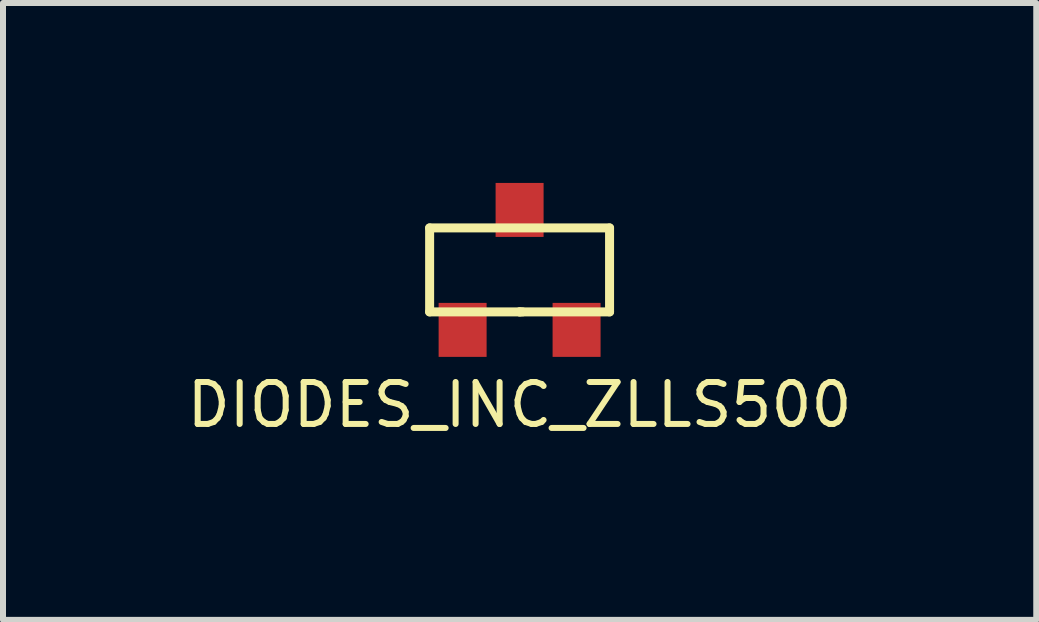
<source format=kicad_pcb>
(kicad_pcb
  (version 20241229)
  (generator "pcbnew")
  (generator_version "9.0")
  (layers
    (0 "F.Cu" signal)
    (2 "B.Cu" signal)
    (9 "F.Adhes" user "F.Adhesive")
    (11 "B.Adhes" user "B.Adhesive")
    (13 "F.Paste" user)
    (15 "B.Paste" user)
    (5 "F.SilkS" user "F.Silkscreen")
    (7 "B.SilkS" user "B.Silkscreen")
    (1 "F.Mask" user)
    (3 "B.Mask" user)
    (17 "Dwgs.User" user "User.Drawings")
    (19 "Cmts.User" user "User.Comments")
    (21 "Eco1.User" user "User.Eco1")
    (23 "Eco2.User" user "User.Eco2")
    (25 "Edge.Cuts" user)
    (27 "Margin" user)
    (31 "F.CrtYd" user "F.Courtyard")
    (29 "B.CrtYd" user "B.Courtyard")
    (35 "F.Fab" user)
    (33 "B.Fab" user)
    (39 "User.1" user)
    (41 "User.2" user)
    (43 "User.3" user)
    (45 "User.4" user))
  (footprint "DIODES_INC_ZLLS500"
    (layer "F.Cu")
    (at 5.613 1.45)
    (property "Reference" "DIODES_INC_ZLLS500" (at 0 2.25 0) (layer "F.SilkS") (effects (font (size 0.7 0.7) (thickness 0.1))))
    (attr through_hole)
    (fp_line (start -1.5 -0.7) (end -1.5 0.7) (stroke (width 0.15) (type solid)) (layer "F.SilkS"))
    (fp_line (start -1.5 0.7) (end 0 0.7) (stroke (width 0.15) (type solid)) (layer "F.SilkS"))
    (fp_line (start 0 0.7) (end 0.05 0.7) (stroke (width 0.15) (type solid)) (layer "F.SilkS"))
    (fp_line (start 0 0.7) (end 1.5 0.7) (stroke (width 0.15) (type solid)) (layer "F.SilkS"))
    (fp_line (start 1.5 -0.7) (end -1.5 -0.7) (stroke (width 0.15) (type solid)) (layer "F.SilkS"))
    (fp_line (start 1.5 0.7) (end 1.5 -0.7) (stroke (width 0.15) (type solid)) (layer "F.SilkS"))
    (pad "1" smd rect (at 0 -1) (size 0.8 0.9) (layers "F.Cu" "F.Mask" "F.Paste"))
    (pad "2" smd rect (at 0.95 1) (size 0.8 0.9) (layers "F.Cu" "F.Mask" "F.Paste"))
    (pad "3" smd rect (at -0.95 1) (size 0.8 0.9) (layers "F.Cu" "F.Mask" "F.Paste")))
  (gr_rect
    (start -3 -3)
    (end 14.227 7.285)
    (stroke (width 0.1) (type default))
    (fill no)
    (layer "Edge.Cuts")))
</source>
